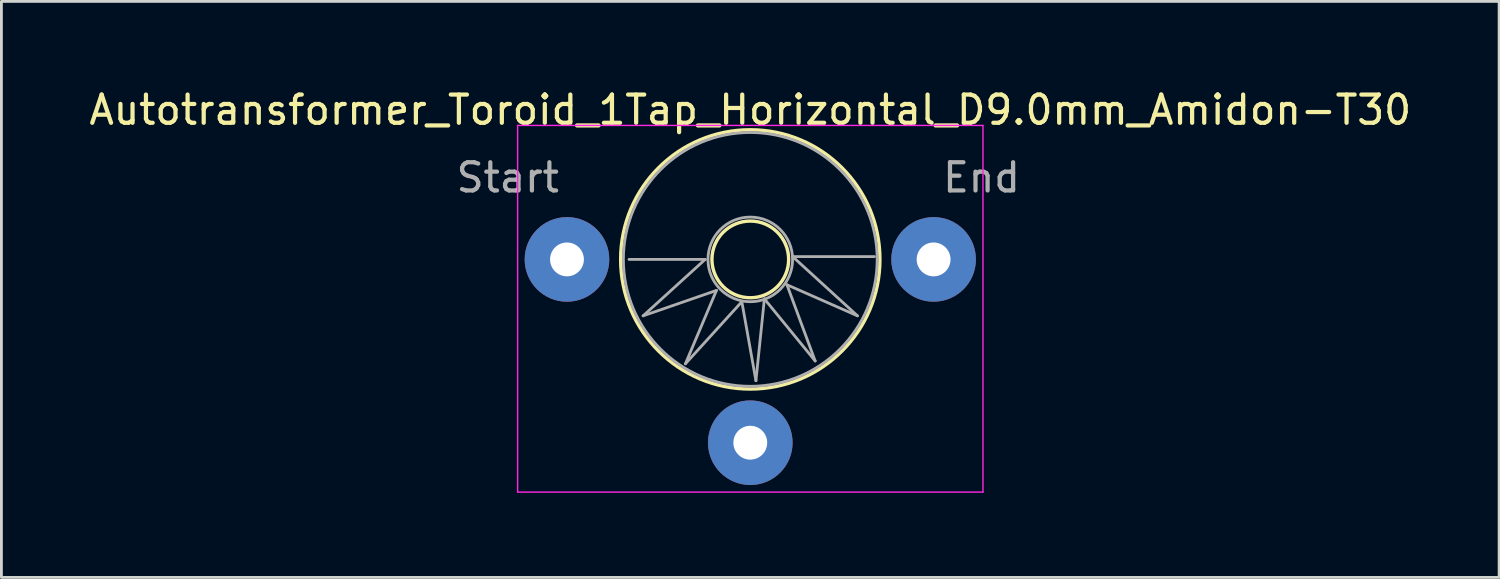
<source format=kicad_pcb>
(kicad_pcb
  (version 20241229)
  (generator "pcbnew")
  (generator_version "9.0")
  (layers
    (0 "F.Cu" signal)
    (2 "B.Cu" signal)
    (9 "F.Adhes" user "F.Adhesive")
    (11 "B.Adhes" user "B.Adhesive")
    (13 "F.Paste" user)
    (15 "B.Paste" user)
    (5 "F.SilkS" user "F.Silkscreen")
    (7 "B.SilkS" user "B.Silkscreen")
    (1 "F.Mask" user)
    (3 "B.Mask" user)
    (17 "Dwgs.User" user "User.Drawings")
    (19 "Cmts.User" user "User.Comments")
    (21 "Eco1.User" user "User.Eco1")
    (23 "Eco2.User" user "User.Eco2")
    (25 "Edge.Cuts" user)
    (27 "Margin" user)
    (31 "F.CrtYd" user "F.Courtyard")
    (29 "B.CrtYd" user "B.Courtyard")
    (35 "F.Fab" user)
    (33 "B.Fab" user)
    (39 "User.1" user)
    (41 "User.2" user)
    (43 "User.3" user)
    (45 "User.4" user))
  (footprint "Autotransformer_Toroid_1Tap_Horizontal_D9.0mm_Amidon-T30"
    (layer "F.Cu")
    (at 17.054 6.148)
    (property "Reference" "Autotransformer_Toroid_1Tap_Horizontal_D9.0mm_Amidon-T30" (at 6.5 -5.3 0) (layer "F.SilkS") (effects (font (size 1 1) (thickness 0.15))))
    (attr through_hole)
    (fp_circle (center 6.5 0) (end 7.6 0.8) (stroke (width 0.12) (type solid)) (fill no) (layer "F.SilkS"))
    (fp_circle (center 6.5 0) (end 9.8 3.2) (stroke (width 0.12) (type solid)) (fill no) (layer "F.SilkS"))
    (fp_line (start -1.75 -4.75) (end -1.75 8.25) (stroke (width 0.05) (type solid)) (layer "F.CrtYd"))
    (fp_line (start -1.75 -4.75) (end 14.75 -4.75) (stroke (width 0.05) (type solid)) (layer "F.CrtYd"))
    (fp_line (start 14.75 8.25) (end -1.75 8.25) (stroke (width 0.05) (type solid)) (layer "F.CrtYd"))
    (fp_line (start 14.75 8.25) (end 14.75 -4.75) (stroke (width 0.05) (type solid)) (layer "F.CrtYd"))
    (fp_line (start 2.2 0) (end 4.9 0) (stroke (width 0.1) (type solid)) (layer "F.Fab"))
    (fp_line (start 2.7 2) (end 5.3 1.1) (stroke (width 0.1) (type solid)) (layer "F.Fab"))
    (fp_line (start 4.2 3.7) (end 6.2 1.5) (stroke (width 0.1) (type solid)) (layer "F.Fab"))
    (fp_line (start 4.9 0) (end 2.7 2) (stroke (width 0.1) (type solid)) (layer "F.Fab"))
    (fp_line (start 5.3 1.1) (end 4.2 3.7) (stroke (width 0.1) (type solid)) (layer "F.Fab"))
    (fp_line (start 6.2 1.5) (end 6.7 4.3) (stroke (width 0.1) (type solid)) (layer "F.Fab"))
    (fp_line (start 6.7 4.3) (end 7 1.4) (stroke (width 0.1) (type solid)) (layer "F.Fab"))
    (fp_line (start 7 1.4) (end 8.8 3.6) (stroke (width 0.1) (type solid)) (layer "F.Fab"))
    (fp_line (start 7.8 0.9) (end 10.3 2) (stroke (width 0.1) (type solid)) (layer "F.Fab"))
    (fp_line (start 8 -0.1) (end 10.9 -0.1) (stroke (width 0.1) (type solid)) (layer "F.Fab"))
    (fp_line (start 8.8 3.6) (end 7.8 0.9) (stroke (width 0.1) (type solid)) (layer "F.Fab"))
    (fp_line (start 10.3 2) (end 8 -0.1) (stroke (width 0.1) (type solid)) (layer "F.Fab"))
    (fp_circle (center 6.5 0) (end 8 0) (stroke (width 0.1) (type solid)) (fill no) (layer "F.Fab"))
    (fp_circle (center 6.5 0) (end 11 0) (stroke (width 0.1) (type solid)) (fill no) (layer "F.Fab"))
    (fp_text user "End" (at 14.7 -2.9 0) (layer "F.Fab") (effects (font (size 1 1) (thickness 0.15))))
    (fp_text user "Start" (at -2.1 -2.9 0) (layer "F.Fab") (effects (font (size 1 1) (thickness 0.15))))
    (pad "1" thru_hole circle (at 0 0) (size 3 3) (drill 1.2) (layers "*.Cu" "*.Mask"))
    (pad "2" thru_hole circle (at 6.5 6.5) (size 3 3) (drill 1.2) (layers "*.Cu" "*.Mask"))
    (pad "3" thru_hole circle (at 13 0) (size 3 3) (drill 1.2) (layers "*.Cu" "*.Mask")))
  (gr_rect
    (start -3 -3)
    (end 50.107 17.423)
    (stroke (width 0.1) (type default))
    (fill no)
    (layer "Edge.Cuts")))
</source>
